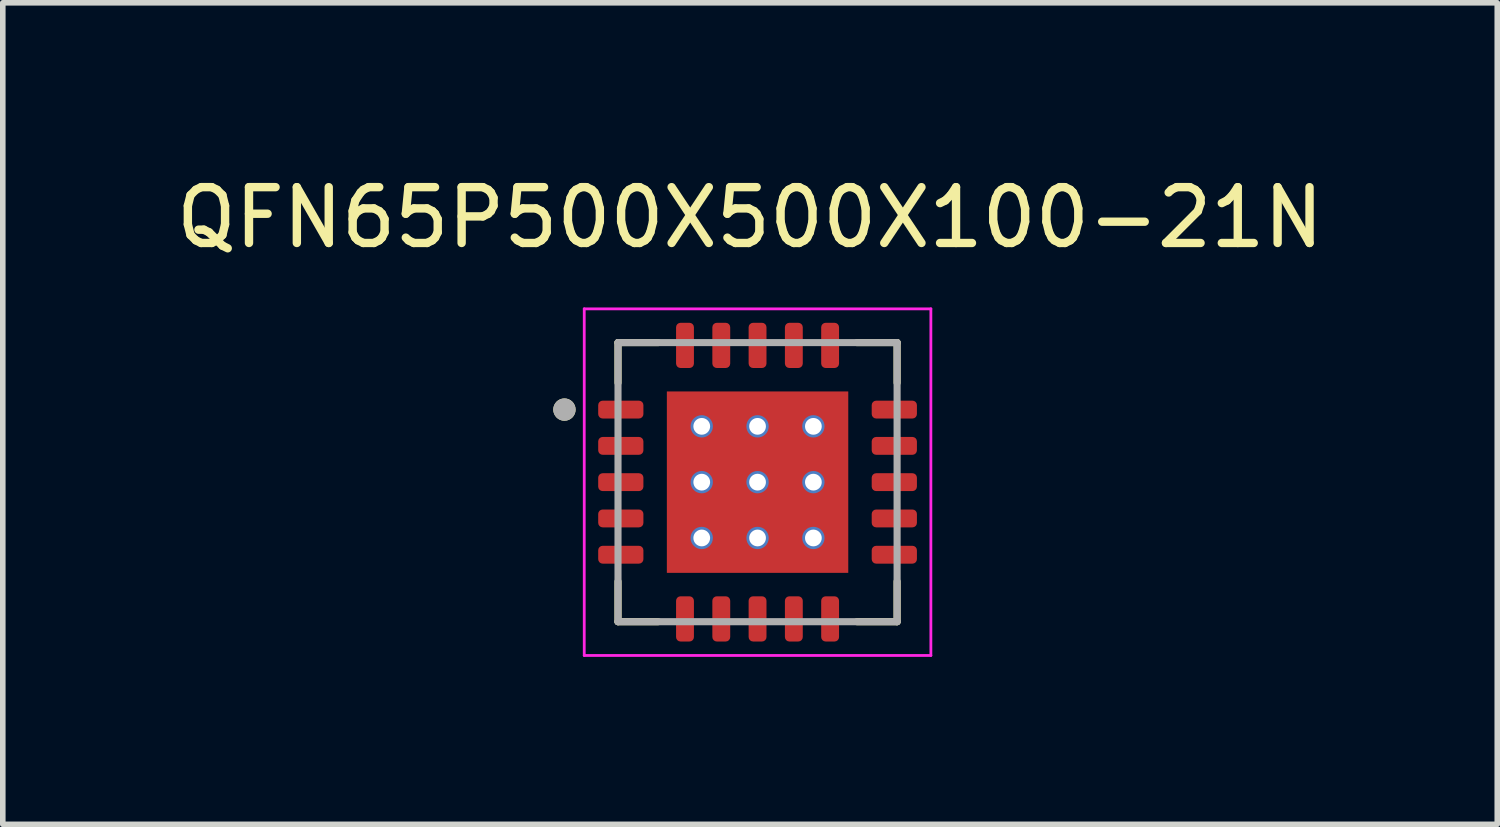
<source format=kicad_pcb>
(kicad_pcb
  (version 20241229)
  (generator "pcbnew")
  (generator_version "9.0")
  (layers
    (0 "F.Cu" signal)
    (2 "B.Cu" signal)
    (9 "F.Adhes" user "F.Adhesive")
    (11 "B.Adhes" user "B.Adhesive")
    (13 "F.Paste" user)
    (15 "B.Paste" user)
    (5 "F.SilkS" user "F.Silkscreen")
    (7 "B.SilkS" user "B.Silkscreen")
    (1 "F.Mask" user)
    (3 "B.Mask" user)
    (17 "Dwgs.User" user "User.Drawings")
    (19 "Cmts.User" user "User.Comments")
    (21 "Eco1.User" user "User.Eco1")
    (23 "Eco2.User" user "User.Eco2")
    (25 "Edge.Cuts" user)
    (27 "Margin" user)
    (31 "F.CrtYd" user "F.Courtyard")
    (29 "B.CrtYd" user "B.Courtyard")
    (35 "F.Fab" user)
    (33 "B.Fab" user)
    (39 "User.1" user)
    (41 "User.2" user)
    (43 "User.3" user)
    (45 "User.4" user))
  (footprint "QFN65P500X500X100-21N"
    (layer "F.Cu")
    (at 10.522 5.588)
    (property "Reference" "QFN65P500X500X100-21N" (at -0.135 -4.74 0) (layer "F.SilkS") (effects (font (size 1 1) (thickness 0.15))))
    (attr smd)
    (fp_line (start -2.5 -2.5) (end -2.5 -1.78) (stroke (width 0.127) (type solid)) (layer "F.SilkS"))
    (fp_line (start -2.5 -2.5) (end -1.78 -2.5) (stroke (width 0.127) (type solid)) (layer "F.SilkS"))
    (fp_line (start -2.5 2.5) (end -2.5 1.78) (stroke (width 0.127) (type solid)) (layer "F.SilkS"))
    (fp_line (start -2.5 2.5) (end -1.78 2.5) (stroke (width 0.127) (type solid)) (layer "F.SilkS"))
    (fp_line (start 2.5 -2.5) (end 1.78 -2.5) (stroke (width 0.127) (type solid)) (layer "F.SilkS"))
    (fp_line (start 2.5 -2.5) (end 2.5 -1.78) (stroke (width 0.127) (type solid)) (layer "F.SilkS"))
    (fp_line (start 2.5 2.5) (end 1.78 2.5) (stroke (width 0.127) (type solid)) (layer "F.SilkS"))
    (fp_line (start 2.5 2.5) (end 2.5 1.78) (stroke (width 0.127) (type solid)) (layer "F.SilkS"))
    (fp_circle (center -3.46 -1.3) (end -3.36 -1.3) (stroke (width 0.2) (type solid)) (fill no) (layer "F.SilkS"))
    (fp_poly (pts (xy -1.03 -1.03) (xy 1.03 -1.03) (xy 1.03 1.03) (xy -1.03 1.03)) (stroke (width 0.01) (type solid)) (fill yes) (layer "F.Paste"))
    (fp_line (start -3.105 -3.105) (end 3.105 -3.105) (stroke (width 0.05) (type solid)) (layer "F.CrtYd"))
    (fp_line (start -3.105 3.105) (end -3.105 -3.105) (stroke (width 0.05) (type solid)) (layer "F.CrtYd"))
    (fp_line (start -3.105 3.105) (end 3.105 3.105) (stroke (width 0.05) (type solid)) (layer "F.CrtYd"))
    (fp_line (start 3.105 3.105) (end 3.105 -3.105) (stroke (width 0.05) (type solid)) (layer "F.CrtYd"))
    (fp_line (start -2.5 2.5) (end -2.5 -2.5) (stroke (width 0.127) (type solid)) (layer "F.Fab"))
    (fp_line (start 2.5 -2.5) (end -2.5 -2.5) (stroke (width 0.127) (type solid)) (layer "F.Fab"))
    (fp_line (start 2.5 2.5) (end -2.5 2.5) (stroke (width 0.127) (type solid)) (layer "F.Fab"))
    (fp_line (start 2.5 2.5) (end 2.5 -2.5) (stroke (width 0.127) (type solid)) (layer "F.Fab"))
    (fp_circle (center -3.46 -1.3) (end -3.36 -1.3) (stroke (width 0.2) (type solid)) (fill no) (layer "F.Fab"))
    (pad "1" smd roundrect (at -2.45 -1.3) (size 0.81 0.32) (layers "F.Cu" "F.Mask" "F.Paste") (roundrect_rratio 0.25))
    (pad "2" smd roundrect (at -2.45 -0.65) (size 0.81 0.32) (layers "F.Cu" "F.Mask" "F.Paste") (roundrect_rratio 0.25))
    (pad "3" smd roundrect (at -2.45 0) (size 0.81 0.32) (layers "F.Cu" "F.Mask" "F.Paste") (roundrect_rratio 0.25))
    (pad "4" smd roundrect (at -2.45 0.65) (size 0.81 0.32) (layers "F.Cu" "F.Mask" "F.Paste") (roundrect_rratio 0.25))
    (pad "5" smd roundrect (at -2.45 1.3) (size 0.81 0.32) (layers "F.Cu" "F.Mask" "F.Paste") (roundrect_rratio 0.25))
    (pad "6" smd roundrect (at -1.3 2.45) (size 0.32 0.81) (layers "F.Cu" "F.Mask" "F.Paste") (roundrect_rratio 0.25))
    (pad "7" smd roundrect (at -0.65 2.45) (size 0.32 0.81) (layers "F.Cu" "F.Mask" "F.Paste") (roundrect_rratio 0.25))
    (pad "8" smd roundrect (at 0 2.45) (size 0.32 0.81) (layers "F.Cu" "F.Mask" "F.Paste") (roundrect_rratio 0.25))
    (pad "9" smd roundrect (at 0.65 2.45) (size 0.32 0.81) (layers "F.Cu" "F.Mask" "F.Paste") (roundrect_rratio 0.25))
    (pad "10" smd roundrect (at 1.3 2.45) (size 0.32 0.81) (layers "F.Cu" "F.Mask" "F.Paste") (roundrect_rratio 0.25))
    (pad "11" smd roundrect (at 2.45 1.3) (size 0.81 0.32) (layers "F.Cu" "F.Mask" "F.Paste") (roundrect_rratio 0.25))
    (pad "12" smd roundrect (at 2.45 0.65) (size 0.81 0.32) (layers "F.Cu" "F.Mask" "F.Paste") (roundrect_rratio 0.25))
    (pad "13" smd roundrect (at 2.45 0) (size 0.81 0.32) (layers "F.Cu" "F.Mask" "F.Paste") (roundrect_rratio 0.25))
    (pad "14" smd roundrect (at 2.45 -0.65) (size 0.81 0.32) (layers "F.Cu" "F.Mask" "F.Paste") (roundrect_rratio 0.25))
    (pad "15" smd roundrect (at 2.45 -1.3) (size 0.81 0.32) (layers "F.Cu" "F.Mask" "F.Paste") (roundrect_rratio 0.25))
    (pad "16" smd roundrect (at 1.3 -2.45) (size 0.32 0.81) (layers "F.Cu" "F.Mask" "F.Paste") (roundrect_rratio 0.25))
    (pad "17" smd roundrect (at 0.65 -2.45) (size 0.32 0.81) (layers "F.Cu" "F.Mask" "F.Paste") (roundrect_rratio 0.25))
    (pad "18" smd roundrect (at 0 -2.45) (size 0.32 0.81) (layers "F.Cu" "F.Mask" "F.Paste") (roundrect_rratio 0.25))
    (pad "19" smd roundrect (at -0.65 -2.45) (size 0.32 0.81) (layers "F.Cu" "F.Mask" "F.Paste") (roundrect_rratio 0.25))
    (pad "20" smd roundrect (at -1.3 -2.45) (size 0.32 0.81) (layers "F.Cu" "F.Mask" "F.Paste") (roundrect_rratio 0.25))
    (pad "21" smd rect (at 0 0) (size 3.25 3.25) (layers "F.Cu" "F.Mask"))
    (pad "21_1" thru_hole circle (at -1 -1) (size 0.4 0.4) (drill 0.3) (layers "*.Cu" "*.Mask"))
    (pad "21_2" thru_hole circle (at 0 -1) (size 0.4 0.4) (drill 0.3) (layers "*.Cu" "*.Mask"))
    (pad "21_3" thru_hole circle (at 1 -1) (size 0.4 0.4) (drill 0.3) (layers "*.Cu" "*.Mask"))
    (pad "21_4" thru_hole circle (at -1 0) (size 0.4 0.4) (drill 0.3) (layers "*.Cu" "*.Mask"))
    (pad "21_5" thru_hole circle (at 0 0) (size 0.4 0.4) (drill 0.3) (layers "*.Cu" "*.Mask"))
    (pad "21_6" thru_hole circle (at 1 0) (size 0.4 0.4) (drill 0.3) (layers "*.Cu" "*.Mask"))
    (pad "21_7" thru_hole circle (at -1 1) (size 0.4 0.4) (drill 0.3) (layers "*.Cu" "*.Mask"))
    (pad "21_8" thru_hole circle (at 0 1) (size 0.4 0.4) (drill 0.3) (layers "*.Cu" "*.Mask"))
    (pad "21_9" thru_hole circle (at 1 1) (size 0.4 0.4) (drill 0.3) (layers "*.Cu" "*.Mask")))
  (gr_rect
    (start -3 -3)
    (end 23.774 11.718)
    (stroke (width 0.1) (type default))
    (fill no)
    (layer "Edge.Cuts")))
</source>
